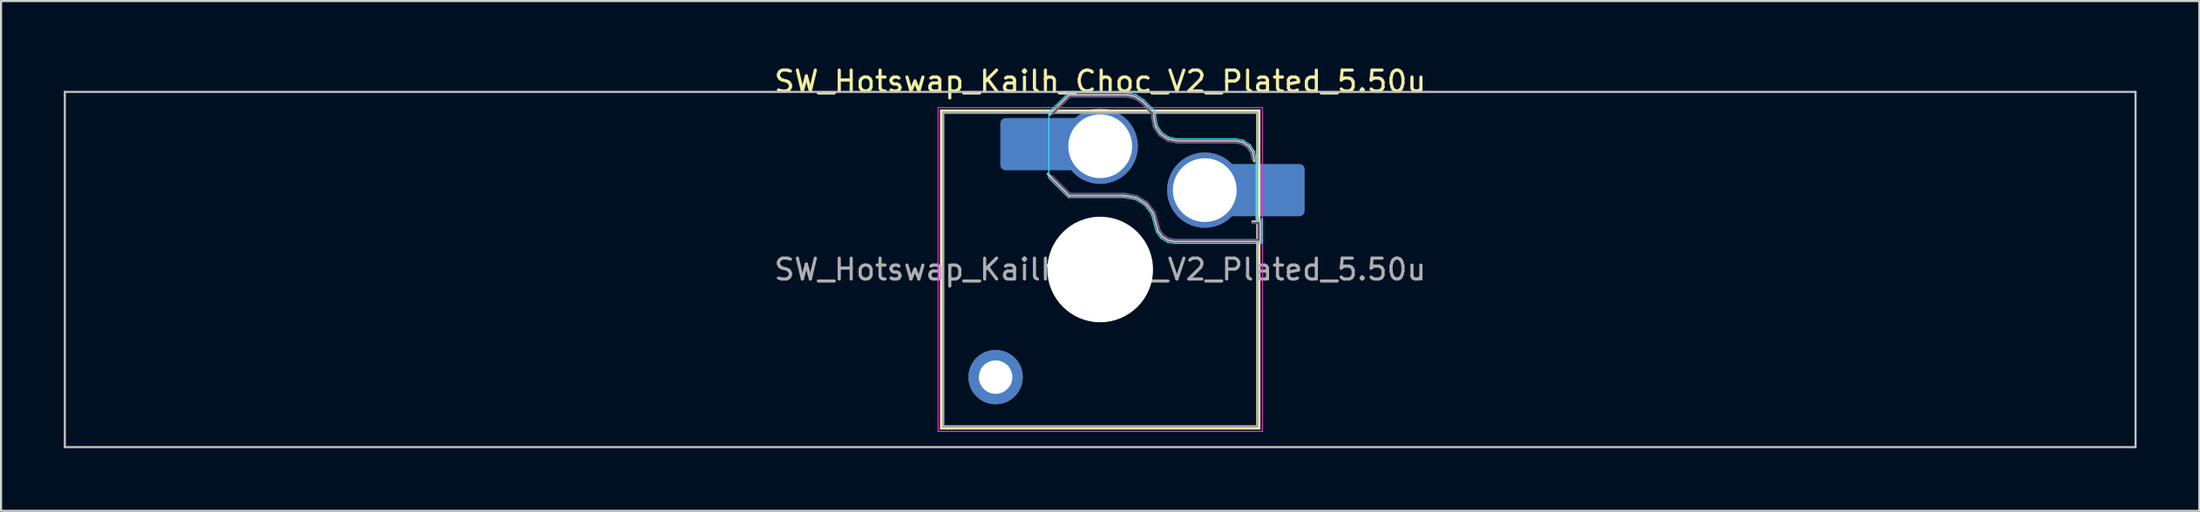
<source format=kicad_pcb>
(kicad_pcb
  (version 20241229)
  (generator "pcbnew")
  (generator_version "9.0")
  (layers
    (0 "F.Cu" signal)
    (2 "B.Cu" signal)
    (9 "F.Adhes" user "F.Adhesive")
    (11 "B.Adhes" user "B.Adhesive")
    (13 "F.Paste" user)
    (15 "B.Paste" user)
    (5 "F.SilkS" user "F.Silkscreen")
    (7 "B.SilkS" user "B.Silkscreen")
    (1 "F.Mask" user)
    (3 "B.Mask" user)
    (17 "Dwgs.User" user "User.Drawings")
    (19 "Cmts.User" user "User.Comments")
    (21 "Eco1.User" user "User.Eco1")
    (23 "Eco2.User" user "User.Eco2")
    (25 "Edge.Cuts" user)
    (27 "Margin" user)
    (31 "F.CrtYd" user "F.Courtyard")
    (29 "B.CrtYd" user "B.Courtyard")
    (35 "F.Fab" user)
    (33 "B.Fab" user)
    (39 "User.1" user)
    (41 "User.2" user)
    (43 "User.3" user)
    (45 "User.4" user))
  (footprint "SW_Hotswap_Kailh_Choc_V2_Plated_5.50u"
    (layer "F.Cu")
    (at 49.55 9.848)
    (property "Reference" "SW_Hotswap_Kailh_Choc_V2_Plated_5.50u" (at 0 -9 0) (layer "F.SilkS") (effects (font (size 1 1) (thickness 0.15))))
    (attr smd)
    (fp_line (start -7.6 -7.6) (end -7.6 7.6) (stroke (width 0.12) (type solid)) (layer "F.SilkS"))
    (fp_line (start -7.6 7.6) (end 7.6 7.6) (stroke (width 0.12) (type solid)) (layer "F.SilkS"))
    (fp_line (start 7.6 -7.6) (end -7.6 -7.6) (stroke (width 0.12) (type solid)) (layer "F.SilkS"))
    (fp_line (start 7.6 7.6) (end 7.6 -7.6) (stroke (width 0.12) (type solid)) (layer "F.SilkS"))
    (fp_line (start -2.416 -7.409) (end -1.479 -8.346) (stroke (width 0.12) (type solid)) (layer "B.SilkS"))
    (fp_line (start -1.479 -8.346) (end 1.268 -8.346) (stroke (width 0.12) (type solid)) (layer "B.SilkS"))
    (fp_line (start -1.479 -3.554) (end -2.5 -4.575) (stroke (width 0.12) (type solid)) (layer "B.SilkS"))
    (fp_line (start 1.168 -3.554) (end -1.479 -3.554) (stroke (width 0.12) (type solid)) (layer "B.SilkS"))
    (fp_line (start 1.268 -8.346) (end 1.671 -8.266) (stroke (width 0.12) (type solid)) (layer "B.SilkS"))
    (fp_line (start 1.671 -8.266) (end 2.013 -8.037) (stroke (width 0.12) (type solid)) (layer "B.SilkS"))
    (fp_line (start 1.73 -3.449) (end 1.168 -3.554) (stroke (width 0.12) (type solid)) (layer "B.SilkS"))
    (fp_line (start 2.013 -8.037) (end 2.546 -7.504) (stroke (width 0.12) (type solid)) (layer "B.SilkS"))
    (fp_line (start 2.209 -3.15) (end 1.73 -3.449) (stroke (width 0.12) (type solid)) (layer "B.SilkS"))
    (fp_line (start 2.546 -7.504) (end 2.546 -7.282) (stroke (width 0.12) (type solid)) (layer "B.SilkS"))
    (fp_line (start 2.546 -7.282) (end 2.633 -6.844) (stroke (width 0.12) (type solid)) (layer "B.SilkS"))
    (fp_line (start 2.547 -2.697) (end 2.209 -3.15) (stroke (width 0.12) (type solid)) (layer "B.SilkS"))
    (fp_line (start 2.633 -6.844) (end 2.877 -6.477) (stroke (width 0.12) (type solid)) (layer "B.SilkS"))
    (fp_line (start 2.701 -2.139) (end 2.547 -2.697) (stroke (width 0.12) (type solid)) (layer "B.SilkS"))
    (fp_line (start 2.783 -1.841) (end 2.701 -2.139) (stroke (width 0.12) (type solid)) (layer "B.SilkS"))
    (fp_line (start 2.877 -6.477) (end 3.244 -6.233) (stroke (width 0.12) (type solid)) (layer "B.SilkS"))
    (fp_line (start 2.976 -1.583) (end 2.783 -1.841) (stroke (width 0.12) (type solid)) (layer "B.SilkS"))
    (fp_line (start 3.244 -6.233) (end 3.682 -6.146) (stroke (width 0.12) (type solid)) (layer "B.SilkS"))
    (fp_line (start 3.25 -1.413) (end 2.976 -1.583) (stroke (width 0.12) (type solid)) (layer "B.SilkS"))
    (fp_line (start 3.56 -1.354) (end 3.25 -1.413) (stroke (width 0.12) (type solid)) (layer "B.SilkS"))
    (fp_line (start 3.682 -6.146) (end 6.482 -6.146) (stroke (width 0.12) (type solid)) (layer "B.SilkS"))
    (fp_line (start 6.482 -6.146) (end 6.809 -6.081) (stroke (width 0.12) (type solid)) (layer "B.SilkS"))
    (fp_line (start 6.809 -6.081) (end 7.092 -5.892) (stroke (width 0.12) (type solid)) (layer "B.SilkS"))
    (fp_line (start 7.092 -5.892) (end 7.281 -5.609) (stroke (width 0.12) (type solid)) (layer "B.SilkS"))
    (fp_line (start 7.281 -5.609) (end 7.366 -5.182) (stroke (width 0.12) (type solid)) (layer "B.SilkS"))
    (fp_line (start 7.283 -2.296) (end 7.646 -2.296) (stroke (width 0.12) (type solid)) (layer "B.SilkS"))
    (fp_line (start 7.646 -2.296) (end 7.646 -1.354) (stroke (width 0.12) (type solid)) (layer "B.SilkS"))
    (fp_line (start 7.646 -1.354) (end 3.56 -1.354) (stroke (width 0.12) (type solid)) (layer "B.SilkS"))
    (fp_line (start -49.5 -8.5) (end -49.5 8.5) (stroke (width 0.1) (type solid)) (layer "Dwgs.User"))
    (fp_line (start -49.5 8.5) (end 49.5 8.5) (stroke (width 0.1) (type solid)) (layer "Dwgs.User"))
    (fp_line (start 49.5 -8.5) (end -49.5 -8.5) (stroke (width 0.1) (type solid)) (layer "Dwgs.User"))
    (fp_line (start 49.5 8.5) (end 49.5 -8.5) (stroke (width 0.1) (type solid)) (layer "Dwgs.User"))
    (fp_line (start -7.25 -7.25) (end -7.25 7.25) (stroke (width 0.1) (type solid)) (layer "Eco1.User"))
    (fp_line (start -7.25 7.25) (end 7.25 7.25) (stroke (width 0.1) (type solid)) (layer "Eco1.User"))
    (fp_line (start 7.25 -7.25) (end -7.25 -7.25) (stroke (width 0.1) (type solid)) (layer "Eco1.User"))
    (fp_line (start 7.25 7.25) (end 7.25 -7.25) (stroke (width 0.1) (type solid)) (layer "Eco1.User"))
    (fp_line (start -2.452 -7.523) (end -1.523 -8.452) (stroke (width 0.05) (type solid)) (layer "B.CrtYd"))
    (fp_line (start -2.452 -4.377) (end -2.452 -7.523) (stroke (width 0.05) (type solid)) (layer "B.CrtYd"))
    (fp_line (start -1.523 -8.452) (end 1.278 -8.452) (stroke (width 0.05) (type solid)) (layer "B.CrtYd"))
    (fp_line (start -1.523 -3.448) (end -2.452 -4.377) (stroke (width 0.05) (type solid)) (layer "B.CrtYd"))
    (fp_line (start 1.159 -3.448) (end -1.523 -3.448) (stroke (width 0.05) (type solid)) (layer "B.CrtYd"))
    (fp_line (start 1.278 -8.452) (end 1.712 -8.366) (stroke (width 0.05) (type solid)) (layer "B.CrtYd"))
    (fp_line (start 1.691 -3.348) (end 1.159 -3.448) (stroke (width 0.05) (type solid)) (layer "B.CrtYd"))
    (fp_line (start 1.712 -8.366) (end 2.081 -8.119) (stroke (width 0.05) (type solid)) (layer "B.CrtYd"))
    (fp_line (start 2.081 -8.119) (end 2.652 -7.548) (stroke (width 0.05) (type solid)) (layer "B.CrtYd"))
    (fp_line (start 2.136 -3.071) (end 1.691 -3.348) (stroke (width 0.05) (type solid)) (layer "B.CrtYd"))
    (fp_line (start 2.45 -2.65) (end 2.136 -3.071) (stroke (width 0.05) (type solid)) (layer "B.CrtYd"))
    (fp_line (start 2.599 -2.111) (end 2.45 -2.65) (stroke (width 0.05) (type solid)) (layer "B.CrtYd"))
    (fp_line (start 2.652 -7.548) (end 2.652 -7.292) (stroke (width 0.05) (type solid)) (layer "B.CrtYd"))
    (fp_line (start 2.652 -7.292) (end 2.733 -6.885) (stroke (width 0.05) (type solid)) (layer "B.CrtYd"))
    (fp_line (start 2.687 -1.794) (end 2.599 -2.111) (stroke (width 0.05) (type solid)) (layer "B.CrtYd"))
    (fp_line (start 2.733 -6.885) (end 2.953 -6.553) (stroke (width 0.05) (type solid)) (layer "B.CrtYd"))
    (fp_line (start 2.903 -1.503) (end 2.687 -1.794) (stroke (width 0.05) (type solid)) (layer "B.CrtYd"))
    (fp_line (start 2.953 -6.553) (end 3.285 -6.333) (stroke (width 0.05) (type solid)) (layer "B.CrtYd"))
    (fp_line (start 3.211 -1.312) (end 2.903 -1.503) (stroke (width 0.05) (type solid)) (layer "B.CrtYd"))
    (fp_line (start 3.285 -6.333) (end 3.692 -6.252) (stroke (width 0.05) (type solid)) (layer "B.CrtYd"))
    (fp_line (start 3.55 -1.248) (end 3.211 -1.312) (stroke (width 0.05) (type solid)) (layer "B.CrtYd"))
    (fp_line (start 3.692 -6.252) (end 6.492 -6.252) (stroke (width 0.05) (type solid)) (layer "B.CrtYd"))
    (fp_line (start 6.492 -6.252) (end 6.85 -6.181) (stroke (width 0.05) (type solid)) (layer "B.CrtYd"))
    (fp_line (start 6.85 -6.181) (end 7.168 -5.968) (stroke (width 0.05) (type solid)) (layer "B.CrtYd"))
    (fp_line (start 7.168 -5.968) (end 7.381 -5.65) (stroke (width 0.05) (type solid)) (layer "B.CrtYd"))
    (fp_line (start 7.381 -5.65) (end 7.452 -5.292) (stroke (width 0.05) (type solid)) (layer "B.CrtYd"))
    (fp_line (start 7.452 -5.292) (end 7.452 -2.402) (stroke (width 0.05) (type solid)) (layer "B.CrtYd"))
    (fp_line (start 7.452 -2.402) (end 7.752 -2.402) (stroke (width 0.05) (type solid)) (layer "B.CrtYd"))
    (fp_line (start 7.752 -2.402) (end 7.752 -1.248) (stroke (width 0.05) (type solid)) (layer "B.CrtYd"))
    (fp_line (start 7.752 -1.248) (end 3.55 -1.248) (stroke (width 0.05) (type solid)) (layer "B.CrtYd"))
    (fp_line (start -7.75 -7.75) (end -7.75 7.75) (stroke (width 0.05) (type solid)) (layer "F.CrtYd"))
    (fp_line (start -7.75 7.75) (end 7.75 7.75) (stroke (width 0.05) (type solid)) (layer "F.CrtYd"))
    (fp_line (start 7.75 -7.75) (end -7.75 -7.75) (stroke (width 0.05) (type solid)) (layer "F.CrtYd"))
    (fp_line (start 7.75 7.75) (end 7.75 -7.75) (stroke (width 0.05) (type solid)) (layer "F.CrtYd"))
    (fp_line (start -2.275 -7.45) (end -1.45 -8.275) (stroke (width 0.1) (type solid)) (layer "B.Fab"))
    (fp_line (start -1.45 -8.275) (end 1.261 -8.275) (stroke (width 0.1) (type solid)) (layer "B.Fab"))
    (fp_line (start -1.45 -3.625) (end -2.275 -4.45) (stroke (width 0.1) (type solid)) (layer "B.Fab"))
    (fp_line (start 1.175 -3.625) (end -1.45 -3.625) (stroke (width 0.1) (type solid)) (layer "B.Fab"))
    (fp_line (start 1.261 -8.275) (end 1.643 -8.199) (stroke (width 0.1) (type solid)) (layer "B.Fab"))
    (fp_line (start 1.643 -8.199) (end 1.968 -7.982) (stroke (width 0.1) (type solid)) (layer "B.Fab"))
    (fp_line (start 1.756 -3.516) (end 1.175 -3.625) (stroke (width 0.1) (type solid)) (layer "B.Fab"))
    (fp_line (start 1.968 -7.982) (end 2.475 -7.475) (stroke (width 0.1) (type solid)) (layer "B.Fab"))
    (fp_line (start 2.258 -3.203) (end 1.756 -3.516) (stroke (width 0.1) (type solid)) (layer "B.Fab"))
    (fp_line (start 2.475 -7.475) (end 2.475 -7.275) (stroke (width 0.1) (type solid)) (layer "B.Fab"))
    (fp_line (start 2.475 -7.275) (end 2.566 -6.816) (stroke (width 0.1) (type solid)) (layer "B.Fab"))
    (fp_line (start 2.566 -6.816) (end 2.826 -6.426) (stroke (width 0.1) (type solid)) (layer "B.Fab"))
    (fp_line (start 2.612 -2.729) (end 2.258 -3.203) (stroke (width 0.1) (type solid)) (layer "B.Fab"))
    (fp_line (start 2.769 -2.158) (end 2.612 -2.729) (stroke (width 0.1) (type solid)) (layer "B.Fab"))
    (fp_line (start 2.826 -6.426) (end 3.216 -6.166) (stroke (width 0.1) (type solid)) (layer "B.Fab"))
    (fp_line (start 2.848 -1.873) (end 2.769 -2.158) (stroke (width 0.1) (type solid)) (layer "B.Fab"))
    (fp_line (start 3.025 -1.636) (end 2.848 -1.873) (stroke (width 0.1) (type solid)) (layer "B.Fab"))
    (fp_line (start 3.216 -6.166) (end 3.675 -6.075) (stroke (width 0.1) (type solid)) (layer "B.Fab"))
    (fp_line (start 3.276 -1.48) (end 3.025 -1.636) (stroke (width 0.1) (type solid)) (layer "B.Fab"))
    (fp_line (start 3.567 -1.425) (end 3.276 -1.48) (stroke (width 0.1) (type solid)) (layer "B.Fab"))
    (fp_line (start 3.675 -6.075) (end 6.475 -6.075) (stroke (width 0.1) (type solid)) (layer "B.Fab"))
    (fp_line (start 6.475 -6.075) (end 6.781 -6.014) (stroke (width 0.1) (type solid)) (layer "B.Fab"))
    (fp_line (start 6.781 -6.014) (end 7.041 -5.841) (stroke (width 0.1) (type solid)) (layer "B.Fab"))
    (fp_line (start 7.041 -5.841) (end 7.214 -5.581) (stroke (width 0.1) (type solid)) (layer "B.Fab"))
    (fp_line (start 7.214 -5.581) (end 7.275 -5.275) (stroke (width 0.1) (type solid)) (layer "B.Fab"))
    (fp_line (start 7.275 -2.225) (end 7.575 -2.225) (stroke (width 0.1) (type solid)) (layer "B.Fab"))
    (fp_line (start 7.575 -2.225) (end 7.575 -1.425) (stroke (width 0.1) (type solid)) (layer "B.Fab"))
    (fp_line (start 7.575 -1.425) (end 3.567 -1.425) (stroke (width 0.1) (type solid)) (layer "B.Fab"))
    (fp_line (start -7.5 -7.5) (end -7.5 7.5) (stroke (width 0.1) (type solid)) (layer "F.Fab"))
    (fp_line (start -7.5 7.5) (end 7.5 7.5) (stroke (width 0.1) (type solid)) (layer "F.Fab"))
    (fp_line (start 7.5 -7.5) (end -7.5 -7.5) (stroke (width 0.1) (type solid)) (layer "F.Fab"))
    (fp_line (start 7.5 7.5) (end 7.5 -7.5) (stroke (width 0.1) (type solid)) (layer "F.Fab"))
    (fp_text user "${REFERENCE}" (at 0 0 0) (layer "F.Fab") (effects (font (size 1 1) (thickness 0.15))))
    (pad "" thru_hole circle (at -5 5.15) (size 2.6 2.6) (drill 1.6) (layers "*.Cu" "*.Mask"))
    (pad "" smd roundrect (at -3.5 -6) (size 2.55 2.5) (layers "B.Mask" "B.Paste") (roundrect_rratio 0.1))
    (pad "" np_thru_hole circle (at 0 0) (size 5.05 5.05) (drill 5.05) (layers "*.Cu" "*.Mask"))
    (pad "" smd roundrect (at 8.5 -3.8) (size 2.55 2.5) (layers "B.Mask" "B.Paste") (roundrect_rratio 0.1))
    (pad "1" smd roundrect (at -2.85 -6) (size 3.85 2.5) (layers "B.Cu") (roundrect_rratio 0.1))
    (pad "1" thru_hole circle (at 0 -5.9) (size 3.6 3.6) (drill 3.05) (layers "*.Cu" "*.Mask"))
    (pad "2" thru_hole circle (at 5 -3.8) (size 3.6 3.6) (drill 3.05) (layers "*.Cu" "*.Mask"))
    (pad "2" smd roundrect (at 7.85 -3.8) (size 3.85 2.5) (layers "B.Cu") (roundrect_rratio 0.1)))
  (gr_rect
    (start -3 -3)
    (end 102.1 21.398)
    (stroke (width 0.1) (type default))
    (fill no)
    (layer "Edge.Cuts")))
</source>
